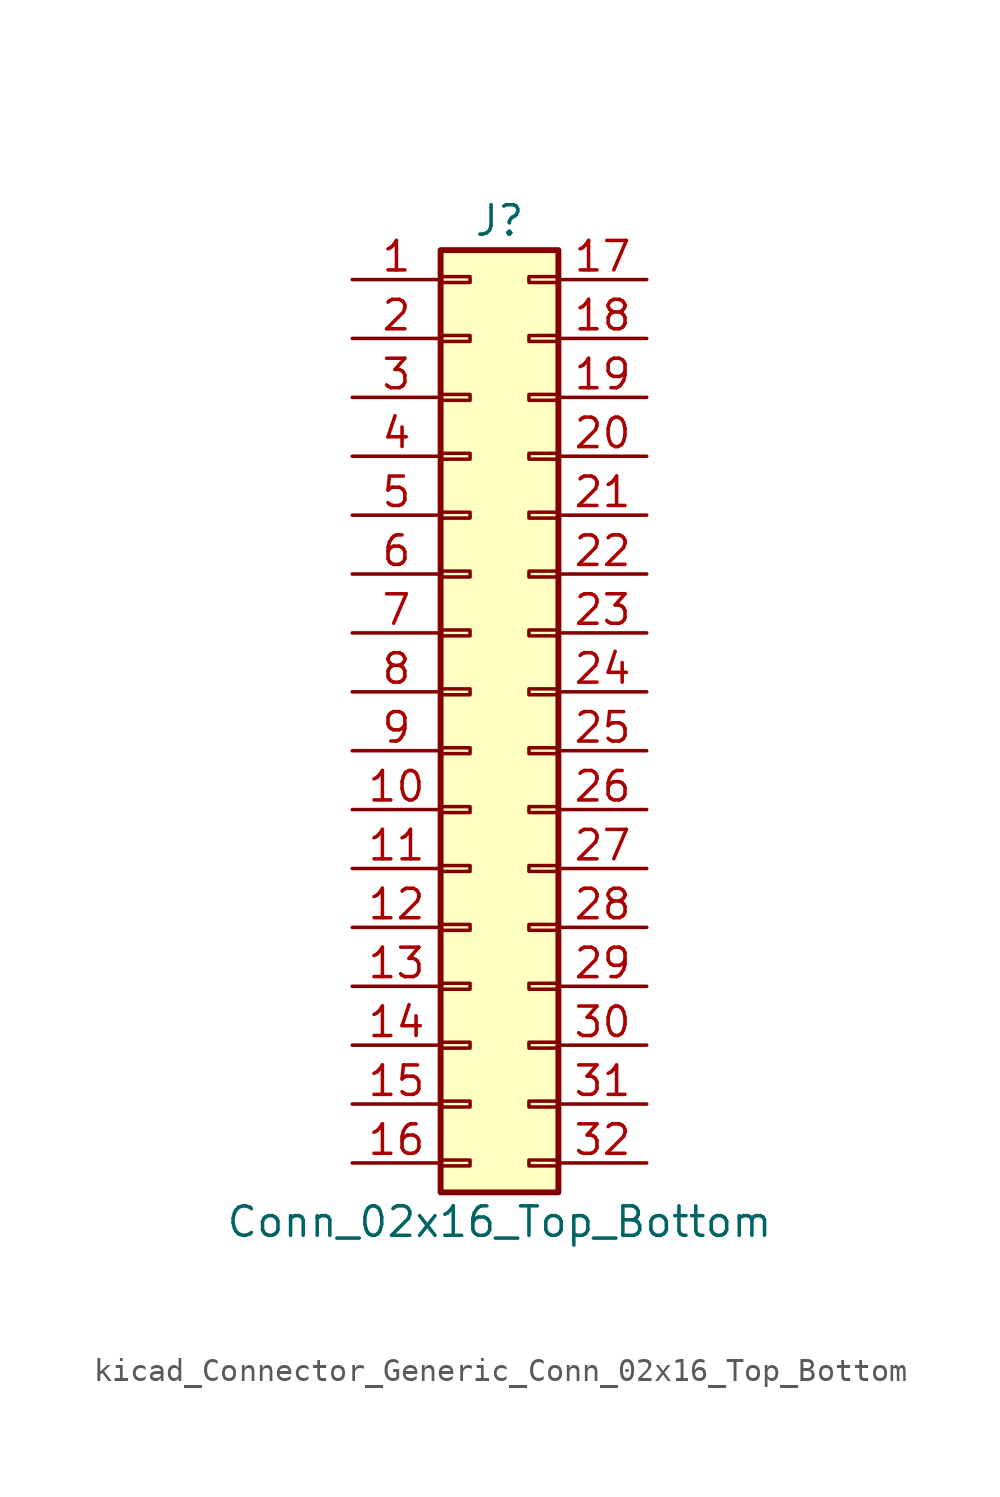
<source format=kicad_sym>
(kicad_symbol_lib
  (version 20220914)
  (generator kicad_symbol_editor)
  (symbol "kicad_Connector_Generic_Conn_02x16_Top_Bottom"
    (pin_names
      (offset 1.016) hide)
    (property "Reference" "J"
      (at 1.27 20.32 0)
      (effects (font (size 1.27 1.27))))
    (property "Value" "Conn_02x16_Top_Bottom"
      (at 1.27 -22.86 0)
      (effects (font (size 1.27 1.27))))
    (symbol "kicad_Connector_Generic_Conn_02x16_Top_Bottom_1_1"
      (rectangle (start -1.27 -20.193) (end 0 -20.447) (stroke (width 0.152) (type default)) (fill (type none)))
      (rectangle (start -1.27 -17.653) (end 0 -17.907) (stroke (width 0.152) (type default)) (fill (type none)))
      (rectangle (start -1.27 -15.113) (end 0 -15.367) (stroke (width 0.152) (type default)) (fill (type none)))
      (rectangle (start -1.27 -12.573) (end 0 -12.827) (stroke (width 0.152) (type default)) (fill (type none)))
      (rectangle (start -1.27 -10.033) (end 0 -10.287) (stroke (width 0.152) (type default)) (fill (type none)))
      (rectangle (start -1.27 -7.493) (end 0 -7.747) (stroke (width 0.152) (type default)) (fill (type none)))
      (rectangle (start -1.27 -4.953) (end 0 -5.207) (stroke (width 0.152) (type default)) (fill (type none)))
      (rectangle (start -1.27 -2.413) (end 0 -2.667) (stroke (width 0.152) (type default)) (fill (type none)))
      (rectangle (start -1.27 0.127) (end 0 -0.127) (stroke (width 0.152) (type default)) (fill (type none)))
      (rectangle (start -1.27 2.667) (end 0 2.413) (stroke (width 0.152) (type default)) (fill (type none)))
      (rectangle (start -1.27 5.207) (end 0 4.953) (stroke (width 0.152) (type default)) (fill (type none)))
      (rectangle (start -1.27 7.747) (end 0 7.493) (stroke (width 0.152) (type default)) (fill (type none)))
      (rectangle (start -1.27 10.287) (end 0 10.033) (stroke (width 0.152) (type default)) (fill (type none)))
      (rectangle (start -1.27 12.827) (end 0 12.573) (stroke (width 0.152) (type default)) (fill (type none)))
      (rectangle (start -1.27 15.367) (end 0 15.113) (stroke (width 0.152) (type default)) (fill (type none)))
      (rectangle (start -1.27 17.907) (end 0 17.653) (stroke (width 0.152) (type default)) (fill (type none)))
      (rectangle (start -1.27 19.05) (end 3.81 -21.59) (stroke (width 0.254) (type default)) (fill (type background)))
      (rectangle (start 3.81 -20.193) (end 2.54 -20.447) (stroke (width 0.152) (type default)) (fill (type none)))
      (rectangle (start 3.81 -17.653) (end 2.54 -17.907) (stroke (width 0.152) (type default)) (fill (type none)))
      (rectangle (start 3.81 -15.113) (end 2.54 -15.367) (stroke (width 0.152) (type default)) (fill (type none)))
      (rectangle (start 3.81 -12.573) (end 2.54 -12.827) (stroke (width 0.152) (type default)) (fill (type none)))
      (rectangle (start 3.81 -10.033) (end 2.54 -10.287) (stroke (width 0.152) (type default)) (fill (type none)))
      (rectangle (start 3.81 -7.493) (end 2.54 -7.747) (stroke (width 0.152) (type default)) (fill (type none)))
      (rectangle (start 3.81 -4.953) (end 2.54 -5.207) (stroke (width 0.152) (type default)) (fill (type none)))
      (rectangle (start 3.81 -2.413) (end 2.54 -2.667) (stroke (width 0.152) (type default)) (fill (type none)))
      (rectangle (start 3.81 0.127) (end 2.54 -0.127) (stroke (width 0.152) (type default)) (fill (type none)))
      (rectangle (start 3.81 2.667) (end 2.54 2.413) (stroke (width 0.152) (type default)) (fill (type none)))
      (rectangle (start 3.81 5.207) (end 2.54 4.953) (stroke (width 0.152) (type default)) (fill (type none)))
      (rectangle (start 3.81 7.747) (end 2.54 7.493) (stroke (width 0.152) (type default)) (fill (type none)))
      (rectangle (start 3.81 10.287) (end 2.54 10.033) (stroke (width 0.152) (type default)) (fill (type none)))
      (rectangle (start 3.81 12.827) (end 2.54 12.573) (stroke (width 0.152) (type default)) (fill (type none)))
      (rectangle (start 3.81 15.367) (end 2.54 15.113) (stroke (width 0.152) (type default)) (fill (type none)))
      (rectangle (start 3.81 17.907) (end 2.54 17.653) (stroke (width 0.152) (type default)) (fill (type none)))
      (pin passive line (at -5.08 17.78 0) (length 3.81) (name "Pin_1" (effects (font (size 1.27 1.27)))) (number "1" (effects (font (size 1.27 1.27)))))
      (pin passive line (at -5.08 -5.08 0) (length 3.81) (name "Pin_10" (effects (font (size 1.27 1.27)))) (number "10" (effects (font (size 1.27 1.27)))))
      (pin passive line (at -5.08 -7.62 0) (length 3.81) (name "Pin_11" (effects (font (size 1.27 1.27)))) (number "11" (effects (font (size 1.27 1.27)))))
      (pin passive line (at -5.08 -10.16 0) (length 3.81) (name "Pin_12" (effects (font (size 1.27 1.27)))) (number "12" (effects (font (size 1.27 1.27)))))
      (pin passive line (at -5.08 -12.7 0) (length 3.81) (name "Pin_13" (effects (font (size 1.27 1.27)))) (number "13" (effects (font (size 1.27 1.27)))))
      (pin passive line (at -5.08 -15.24 0) (length 3.81) (name "Pin_14" (effects (font (size 1.27 1.27)))) (number "14" (effects (font (size 1.27 1.27)))))
      (pin passive line (at -5.08 -17.78 0) (length 3.81) (name "Pin_15" (effects (font (size 1.27 1.27)))) (number "15" (effects (font (size 1.27 1.27)))))
      (pin passive line (at -5.08 -20.32 0) (length 3.81) (name "Pin_16" (effects (font (size 1.27 1.27)))) (number "16" (effects (font (size 1.27 1.27)))))
      (pin passive line (at 7.62 17.78 180) (length 3.81) (name "Pin_17" (effects (font (size 1.27 1.27)))) (number "17" (effects (font (size 1.27 1.27)))))
      (pin passive line (at 7.62 15.24 180) (length 3.81) (name "Pin_18" (effects (font (size 1.27 1.27)))) (number "18" (effects (font (size 1.27 1.27)))))
      (pin passive line (at 7.62 12.7 180) (length 3.81) (name "Pin_19" (effects (font (size 1.27 1.27)))) (number "19" (effects (font (size 1.27 1.27)))))
      (pin passive line (at -5.08 15.24 0) (length 3.81) (name "Pin_2" (effects (font (size 1.27 1.27)))) (number "2" (effects (font (size 1.27 1.27)))))
      (pin passive line (at 7.62 10.16 180) (length 3.81) (name "Pin_20" (effects (font (size 1.27 1.27)))) (number "20" (effects (font (size 1.27 1.27)))))
      (pin passive line (at 7.62 7.62 180) (length 3.81) (name "Pin_21" (effects (font (size 1.27 1.27)))) (number "21" (effects (font (size 1.27 1.27)))))
      (pin passive line (at 7.62 5.08 180) (length 3.81) (name "Pin_22" (effects (font (size 1.27 1.27)))) (number "22" (effects (font (size 1.27 1.27)))))
      (pin passive line (at 7.62 2.54 180) (length 3.81) (name "Pin_23" (effects (font (size 1.27 1.27)))) (number "23" (effects (font (size 1.27 1.27)))))
      (pin passive line (at 7.62 0 180) (length 3.81) (name "Pin_24" (effects (font (size 1.27 1.27)))) (number "24" (effects (font (size 1.27 1.27)))))
      (pin passive line (at 7.62 -2.54 180) (length 3.81) (name "Pin_25" (effects (font (size 1.27 1.27)))) (number "25" (effects (font (size 1.27 1.27)))))
      (pin passive line (at 7.62 -5.08 180) (length 3.81) (name "Pin_26" (effects (font (size 1.27 1.27)))) (number "26" (effects (font (size 1.27 1.27)))))
      (pin passive line (at 7.62 -7.62 180) (length 3.81) (name "Pin_27" (effects (font (size 1.27 1.27)))) (number "27" (effects (font (size 1.27 1.27)))))
      (pin passive line (at 7.62 -10.16 180) (length 3.81) (name "Pin_28" (effects (font (size 1.27 1.27)))) (number "28" (effects (font (size 1.27 1.27)))))
      (pin passive line (at 7.62 -12.7 180) (length 3.81) (name "Pin_29" (effects (font (size 1.27 1.27)))) (number "29" (effects (font (size 1.27 1.27)))))
      (pin passive line (at -5.08 12.7 0) (length 3.81) (name "Pin_3" (effects (font (size 1.27 1.27)))) (number "3" (effects (font (size 1.27 1.27)))))
      (pin passive line (at 7.62 -15.24 180) (length 3.81) (name "Pin_30" (effects (font (size 1.27 1.27)))) (number "30" (effects (font (size 1.27 1.27)))))
      (pin passive line (at 7.62 -17.78 180) (length 3.81) (name "Pin_31" (effects (font (size 1.27 1.27)))) (number "31" (effects (font (size 1.27 1.27)))))
      (pin passive line (at 7.62 -20.32 180) (length 3.81) (name "Pin_32" (effects (font (size 1.27 1.27)))) (number "32" (effects (font (size 1.27 1.27)))))
      (pin passive line (at -5.08 10.16 0) (length 3.81) (name "Pin_4" (effects (font (size 1.27 1.27)))) (number "4" (effects (font (size 1.27 1.27)))))
      (pin passive line (at -5.08 7.62 0) (length 3.81) (name "Pin_5" (effects (font (size 1.27 1.27)))) (number "5" (effects (font (size 1.27 1.27)))))
      (pin passive line (at -5.08 5.08 0) (length 3.81) (name "Pin_6" (effects (font (size 1.27 1.27)))) (number "6" (effects (font (size 1.27 1.27)))))
      (pin passive line (at -5.08 2.54 0) (length 3.81) (name "Pin_7" (effects (font (size 1.27 1.27)))) (number "7" (effects (font (size 1.27 1.27)))))
      (pin passive line (at -5.08 0 0) (length 3.81) (name "Pin_8" (effects (font (size 1.27 1.27)))) (number "8" (effects (font (size 1.27 1.27)))))
      (pin passive line (at -5.08 -2.54 0) (length 3.81) (name "Pin_9" (effects (font (size 1.27 1.27)))) (number "9" (effects (font (size 1.27 1.27))))))))
</source>
